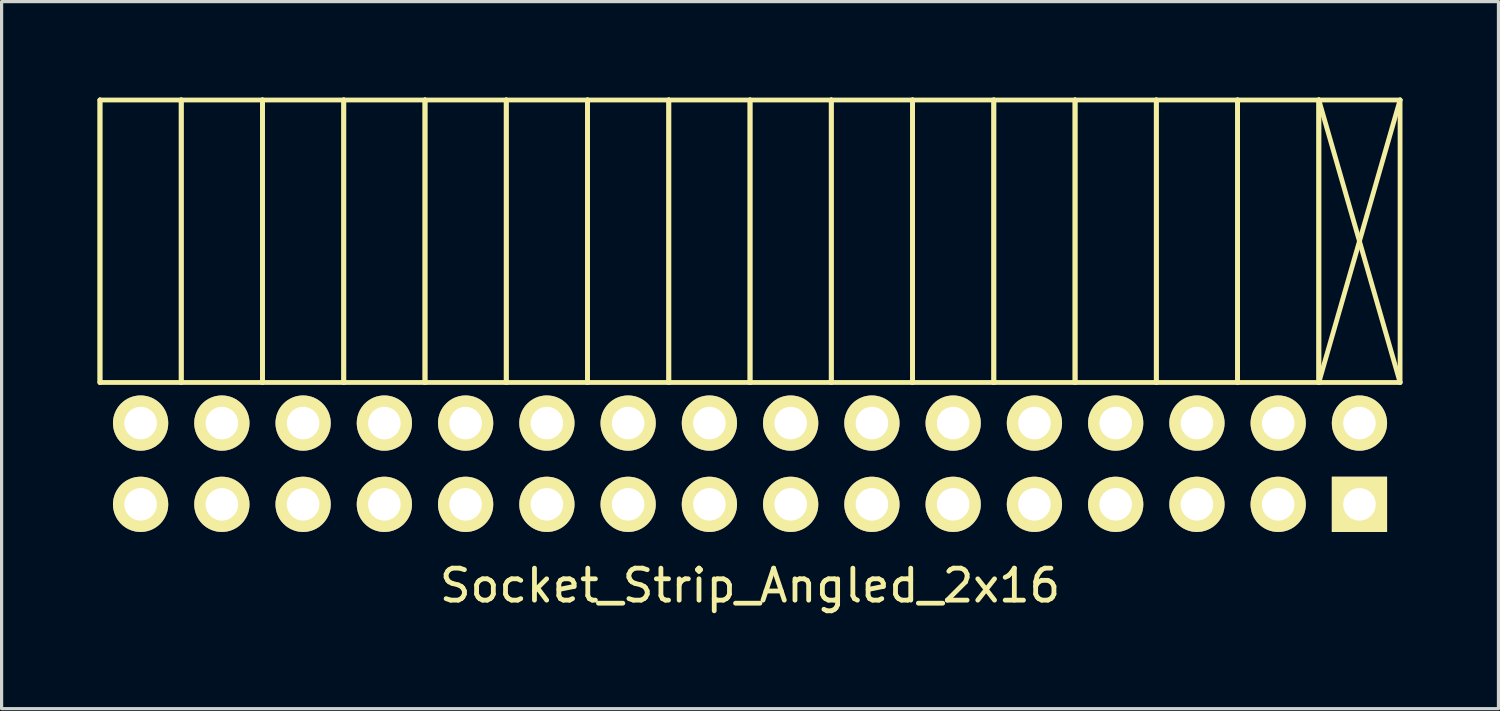
<source format=kicad_pcb>
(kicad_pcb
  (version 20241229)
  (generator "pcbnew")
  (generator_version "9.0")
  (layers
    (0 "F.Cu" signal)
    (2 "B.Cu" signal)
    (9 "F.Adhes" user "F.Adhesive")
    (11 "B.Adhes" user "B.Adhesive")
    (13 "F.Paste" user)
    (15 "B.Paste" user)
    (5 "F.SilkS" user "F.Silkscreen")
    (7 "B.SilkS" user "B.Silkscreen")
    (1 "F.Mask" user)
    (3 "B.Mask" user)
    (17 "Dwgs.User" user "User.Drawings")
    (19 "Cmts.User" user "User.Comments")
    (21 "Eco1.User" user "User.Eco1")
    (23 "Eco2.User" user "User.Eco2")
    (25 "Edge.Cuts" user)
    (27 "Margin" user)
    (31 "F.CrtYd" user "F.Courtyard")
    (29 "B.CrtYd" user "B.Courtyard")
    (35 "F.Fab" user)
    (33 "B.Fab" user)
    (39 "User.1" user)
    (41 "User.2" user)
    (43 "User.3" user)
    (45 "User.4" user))
  (footprint "Socket_Strip_Angled_2x16"
    (layer "F.Cu")
    (at 20.395 11.445)
    (property "Reference" "Socket_Strip_Angled_2x16" (at 0 3.81 0) (layer "F.SilkS") (effects (font (size 1 1) (thickness 0.15))))
    (attr through_hole)
    (fp_line (start -20.32 -11.37) (end -20.32 -2.54) (stroke (width 0.15) (type solid)) (layer "F.SilkS"))
    (fp_line (start -20.32 -2.54) (end -20.32 -11.37) (stroke (width 0.15) (type solid)) (layer "F.SilkS"))
    (fp_line (start -17.78 -11.37) (end -20.32 -11.37) (stroke (width 0.15) (type solid)) (layer "F.SilkS"))
    (fp_line (start -17.78 -11.37) (end -17.78 -2.54) (stroke (width 0.15) (type solid)) (layer "F.SilkS"))
    (fp_line (start -17.78 -2.54) (end -20.32 -2.54) (stroke (width 0.15) (type solid)) (layer "F.SilkS"))
    (fp_line (start -17.78 -2.54) (end -17.78 -11.37) (stroke (width 0.15) (type solid)) (layer "F.SilkS"))
    (fp_line (start -15.24 -11.37) (end -17.78 -11.37) (stroke (width 0.15) (type solid)) (layer "F.SilkS"))
    (fp_line (start -15.24 -11.37) (end -15.24 -2.54) (stroke (width 0.15) (type solid)) (layer "F.SilkS"))
    (fp_line (start -15.24 -2.54) (end -17.78 -2.54) (stroke (width 0.15) (type solid)) (layer "F.SilkS"))
    (fp_line (start -15.24 -2.54) (end -15.24 -11.37) (stroke (width 0.15) (type solid)) (layer "F.SilkS"))
    (fp_line (start -12.7 -11.37) (end -15.24 -11.37) (stroke (width 0.15) (type solid)) (layer "F.SilkS"))
    (fp_line (start -12.7 -11.37) (end -12.7 -2.54) (stroke (width 0.15) (type solid)) (layer "F.SilkS"))
    (fp_line (start -12.7 -2.54) (end -15.24 -2.54) (stroke (width 0.15) (type solid)) (layer "F.SilkS"))
    (fp_line (start -12.7 -2.54) (end -12.7 -11.37) (stroke (width 0.15) (type solid)) (layer "F.SilkS"))
    (fp_line (start -10.16 -11.37) (end -12.7 -11.37) (stroke (width 0.15) (type solid)) (layer "F.SilkS"))
    (fp_line (start -10.16 -11.37) (end -10.16 -2.54) (stroke (width 0.15) (type solid)) (layer "F.SilkS"))
    (fp_line (start -10.16 -2.54) (end -12.7 -2.54) (stroke (width 0.15) (type solid)) (layer "F.SilkS"))
    (fp_line (start -10.16 -2.54) (end -10.16 -11.37) (stroke (width 0.15) (type solid)) (layer "F.SilkS"))
    (fp_line (start -7.62 -11.37) (end -10.16 -11.37) (stroke (width 0.15) (type solid)) (layer "F.SilkS"))
    (fp_line (start -7.62 -11.37) (end -7.62 -2.54) (stroke (width 0.15) (type solid)) (layer "F.SilkS"))
    (fp_line (start -7.62 -2.54) (end -10.16 -2.54) (stroke (width 0.15) (type solid)) (layer "F.SilkS"))
    (fp_line (start -7.62 -2.54) (end -7.62 -11.37) (stroke (width 0.15) (type solid)) (layer "F.SilkS"))
    (fp_line (start -5.08 -11.37) (end -7.62 -11.37) (stroke (width 0.15) (type solid)) (layer "F.SilkS"))
    (fp_line (start -5.08 -11.37) (end -5.08 -2.54) (stroke (width 0.15) (type solid)) (layer "F.SilkS"))
    (fp_line (start -5.08 -2.54) (end -7.62 -2.54) (stroke (width 0.15) (type solid)) (layer "F.SilkS"))
    (fp_line (start -5.08 -2.54) (end -5.08 -11.37) (stroke (width 0.15) (type solid)) (layer "F.SilkS"))
    (fp_line (start -2.54 -11.37) (end -5.08 -11.37) (stroke (width 0.15) (type solid)) (layer "F.SilkS"))
    (fp_line (start -2.54 -11.37) (end -2.54 -2.54) (stroke (width 0.15) (type solid)) (layer "F.SilkS"))
    (fp_line (start -2.54 -2.54) (end -5.08 -2.54) (stroke (width 0.15) (type solid)) (layer "F.SilkS"))
    (fp_line (start -2.54 -2.54) (end -2.54 -11.37) (stroke (width 0.15) (type solid)) (layer "F.SilkS"))
    (fp_line (start 0 -11.37) (end -2.54 -11.37) (stroke (width 0.15) (type solid)) (layer "F.SilkS"))
    (fp_line (start 0 -11.37) (end 0 -2.54) (stroke (width 0.15) (type solid)) (layer "F.SilkS"))
    (fp_line (start 0 -2.54) (end -2.54 -2.54) (stroke (width 0.15) (type solid)) (layer "F.SilkS"))
    (fp_line (start 0 -2.54) (end 0 -11.37) (stroke (width 0.15) (type solid)) (layer "F.SilkS"))
    (fp_line (start 2.54 -11.37) (end 0 -11.37) (stroke (width 0.15) (type solid)) (layer "F.SilkS"))
    (fp_line (start 2.54 -11.37) (end 2.54 -2.54) (stroke (width 0.15) (type solid)) (layer "F.SilkS"))
    (fp_line (start 2.54 -2.54) (end 0 -2.54) (stroke (width 0.15) (type solid)) (layer "F.SilkS"))
    (fp_line (start 2.54 -2.54) (end 2.54 -11.37) (stroke (width 0.15) (type solid)) (layer "F.SilkS"))
    (fp_line (start 5.08 -11.37) (end 2.54 -11.37) (stroke (width 0.15) (type solid)) (layer "F.SilkS"))
    (fp_line (start 5.08 -11.37) (end 5.08 -2.54) (stroke (width 0.15) (type solid)) (layer "F.SilkS"))
    (fp_line (start 5.08 -2.54) (end 2.54 -2.54) (stroke (width 0.15) (type solid)) (layer "F.SilkS"))
    (fp_line (start 5.08 -2.54) (end 5.08 -11.37) (stroke (width 0.15) (type solid)) (layer "F.SilkS"))
    (fp_line (start 7.62 -11.37) (end 5.08 -11.37) (stroke (width 0.15) (type solid)) (layer "F.SilkS"))
    (fp_line (start 7.62 -11.37) (end 7.62 -2.54) (stroke (width 0.15) (type solid)) (layer "F.SilkS"))
    (fp_line (start 7.62 -2.54) (end 5.08 -2.54) (stroke (width 0.15) (type solid)) (layer "F.SilkS"))
    (fp_line (start 7.62 -2.54) (end 7.62 -11.37) (stroke (width 0.15) (type solid)) (layer "F.SilkS"))
    (fp_line (start 10.16 -11.37) (end 7.62 -11.37) (stroke (width 0.15) (type solid)) (layer "F.SilkS"))
    (fp_line (start 10.16 -11.37) (end 10.16 -2.54) (stroke (width 0.15) (type solid)) (layer "F.SilkS"))
    (fp_line (start 10.16 -2.54) (end 7.62 -2.54) (stroke (width 0.15) (type solid)) (layer "F.SilkS"))
    (fp_line (start 10.16 -2.54) (end 10.16 -11.37) (stroke (width 0.15) (type solid)) (layer "F.SilkS"))
    (fp_line (start 12.7 -11.37) (end 10.16 -11.37) (stroke (width 0.15) (type solid)) (layer "F.SilkS"))
    (fp_line (start 12.7 -11.37) (end 12.7 -2.54) (stroke (width 0.15) (type solid)) (layer "F.SilkS"))
    (fp_line (start 12.7 -2.54) (end 10.16 -2.54) (stroke (width 0.15) (type solid)) (layer "F.SilkS"))
    (fp_line (start 12.7 -2.54) (end 12.7 -11.37) (stroke (width 0.15) (type solid)) (layer "F.SilkS"))
    (fp_line (start 15.24 -11.37) (end 12.7 -11.37) (stroke (width 0.15) (type solid)) (layer "F.SilkS"))
    (fp_line (start 15.24 -11.37) (end 15.24 -2.54) (stroke (width 0.15) (type solid)) (layer "F.SilkS"))
    (fp_line (start 15.24 -2.54) (end 12.7 -2.54) (stroke (width 0.15) (type solid)) (layer "F.SilkS"))
    (fp_line (start 15.24 -2.54) (end 15.24 -11.37) (stroke (width 0.15) (type solid)) (layer "F.SilkS"))
    (fp_line (start 17.78 -11.37) (end 15.24 -11.37) (stroke (width 0.15) (type solid)) (layer "F.SilkS"))
    (fp_line (start 17.78 -11.37) (end 17.78 -2.54) (stroke (width 0.15) (type solid)) (layer "F.SilkS"))
    (fp_line (start 17.78 -2.54) (end 15.24 -2.54) (stroke (width 0.15) (type solid)) (layer "F.SilkS"))
    (fp_line (start 17.78 -2.54) (end 17.78 -11.37) (stroke (width 0.15) (type solid)) (layer "F.SilkS"))
    (fp_line (start 20.32 -11.37) (end 17.78 -11.37) (stroke (width 0.15) (type solid)) (layer "F.SilkS"))
    (fp_line (start 20.32 -11.37) (end 17.78 -2.54) (stroke (width 0.15) (type solid)) (layer "F.SilkS"))
    (fp_line (start 20.32 -2.54) (end 17.78 -11.37) (stroke (width 0.15) (type solid)) (layer "F.SilkS"))
    (fp_line (start 20.32 -2.54) (end 17.78 -2.54) (stroke (width 0.15) (type solid)) (layer "F.SilkS"))
    (fp_line (start 20.32 -2.54) (end 20.32 -11.37) (stroke (width 0.15) (type solid)) (layer "F.SilkS"))
    (pad "1" thru_hole rect (at 19.05 1.27 180) (size 1.727 1.727) (drill 1.016) (layers "*.Cu" "*.Mask" "F.SilkS"))
    (pad "2" thru_hole oval (at 19.05 -1.27 180) (size 1.727 1.727) (drill 1.016) (layers "*.Cu" "*.Mask" "F.SilkS"))
    (pad "3" thru_hole oval (at 16.51 1.27 180) (size 1.727 1.727) (drill 1.016) (layers "*.Cu" "*.Mask" "F.SilkS"))
    (pad "4" thru_hole oval (at 16.51 -1.27 180) (size 1.727 1.727) (drill 1.016) (layers "*.Cu" "*.Mask" "F.SilkS"))
    (pad "5" thru_hole oval (at 13.97 1.27 180) (size 1.727 1.727) (drill 1.016) (layers "*.Cu" "*.Mask" "F.SilkS"))
    (pad "6" thru_hole oval (at 13.97 -1.27 180) (size 1.727 1.727) (drill 1.016) (layers "*.Cu" "*.Mask" "F.SilkS"))
    (pad "7" thru_hole oval (at 11.43 1.27 180) (size 1.727 1.727) (drill 1.016) (layers "*.Cu" "*.Mask" "F.SilkS"))
    (pad "8" thru_hole oval (at 11.43 -1.27 180) (size 1.727 1.727) (drill 1.016) (layers "*.Cu" "*.Mask" "F.SilkS"))
    (pad "9" thru_hole oval (at 8.89 1.27 180) (size 1.727 1.727) (drill 1.016) (layers "*.Cu" "*.Mask" "F.SilkS"))
    (pad "10" thru_hole oval (at 8.89 -1.27 180) (size 1.727 1.727) (drill 1.016) (layers "*.Cu" "*.Mask" "F.SilkS"))
    (pad "11" thru_hole oval (at 6.35 1.27 180) (size 1.727 1.727) (drill 1.016) (layers "*.Cu" "*.Mask" "F.SilkS"))
    (pad "12" thru_hole oval (at 6.35 -1.27 180) (size 1.727 1.727) (drill 1.016) (layers "*.Cu" "*.Mask" "F.SilkS"))
    (pad "13" thru_hole oval (at 3.81 1.27 180) (size 1.727 1.727) (drill 1.016) (layers "*.Cu" "*.Mask" "F.SilkS"))
    (pad "14" thru_hole oval (at 3.81 -1.27 180) (size 1.727 1.727) (drill 1.016) (layers "*.Cu" "*.Mask" "F.SilkS"))
    (pad "15" thru_hole oval (at 1.27 1.27 180) (size 1.727 1.727) (drill 1.016) (layers "*.Cu" "*.Mask" "F.SilkS"))
    (pad "16" thru_hole oval (at 1.27 -1.27 180) (size 1.727 1.727) (drill 1.016) (layers "*.Cu" "*.Mask" "F.SilkS"))
    (pad "17" thru_hole oval (at -1.27 1.27 180) (size 1.727 1.727) (drill 1.016) (layers "*.Cu" "*.Mask" "F.SilkS"))
    (pad "18" thru_hole oval (at -1.27 -1.27 180) (size 1.727 1.727) (drill 1.016) (layers "*.Cu" "*.Mask" "F.SilkS"))
    (pad "19" thru_hole oval (at -3.81 1.27 180) (size 1.727 1.727) (drill 1.016) (layers "*.Cu" "*.Mask" "F.SilkS"))
    (pad "20" thru_hole oval (at -3.81 -1.27 180) (size 1.727 1.727) (drill 1.016) (layers "*.Cu" "*.Mask" "F.SilkS"))
    (pad "21" thru_hole oval (at -6.35 1.27 180) (size 1.727 1.727) (drill 1.016) (layers "*.Cu" "*.Mask" "F.SilkS"))
    (pad "22" thru_hole oval (at -6.35 -1.27 180) (size 1.727 1.727) (drill 1.016) (layers "*.Cu" "*.Mask" "F.SilkS"))
    (pad "23" thru_hole oval (at -8.89 1.27 180) (size 1.727 1.727) (drill 1.016) (layers "*.Cu" "*.Mask" "F.SilkS"))
    (pad "24" thru_hole oval (at -8.89 -1.27 180) (size 1.727 1.727) (drill 1.016) (layers "*.Cu" "*.Mask" "F.SilkS"))
    (pad "25" thru_hole oval (at -11.43 1.27 180) (size 1.727 1.727) (drill 1.016) (layers "*.Cu" "*.Mask" "F.SilkS"))
    (pad "26" thru_hole oval (at -11.43 -1.27 180) (size 1.727 1.727) (drill 1.016) (layers "*.Cu" "*.Mask" "F.SilkS"))
    (pad "27" thru_hole oval (at -13.97 1.27 180) (size 1.727 1.727) (drill 1.016) (layers "*.Cu" "*.Mask" "F.SilkS"))
    (pad "28" thru_hole oval (at -13.97 -1.27 180) (size 1.727 1.727) (drill 1.016) (layers "*.Cu" "*.Mask" "F.SilkS"))
    (pad "29" thru_hole oval (at -16.51 1.27 180) (size 1.727 1.727) (drill 1.016) (layers "*.Cu" "*.Mask" "F.SilkS"))
    (pad "30" thru_hole oval (at -16.51 -1.27 180) (size 1.727 1.727) (drill 1.016) (layers "*.Cu" "*.Mask" "F.SilkS"))
    (pad "31" thru_hole oval (at -19.05 1.27 180) (size 1.727 1.727) (drill 1.016) (layers "*.Cu" "*.Mask" "F.SilkS"))
    (pad "32" thru_hole oval (at -19.05 -1.27 180) (size 1.727 1.727) (drill 1.016) (layers "*.Cu" "*.Mask" "F.SilkS")))
  (gr_rect
    (start -3 -3)
    (end 43.79 19.103)
    (stroke (width 0.1) (type default))
    (fill no)
    (layer "Edge.Cuts")))
</source>
